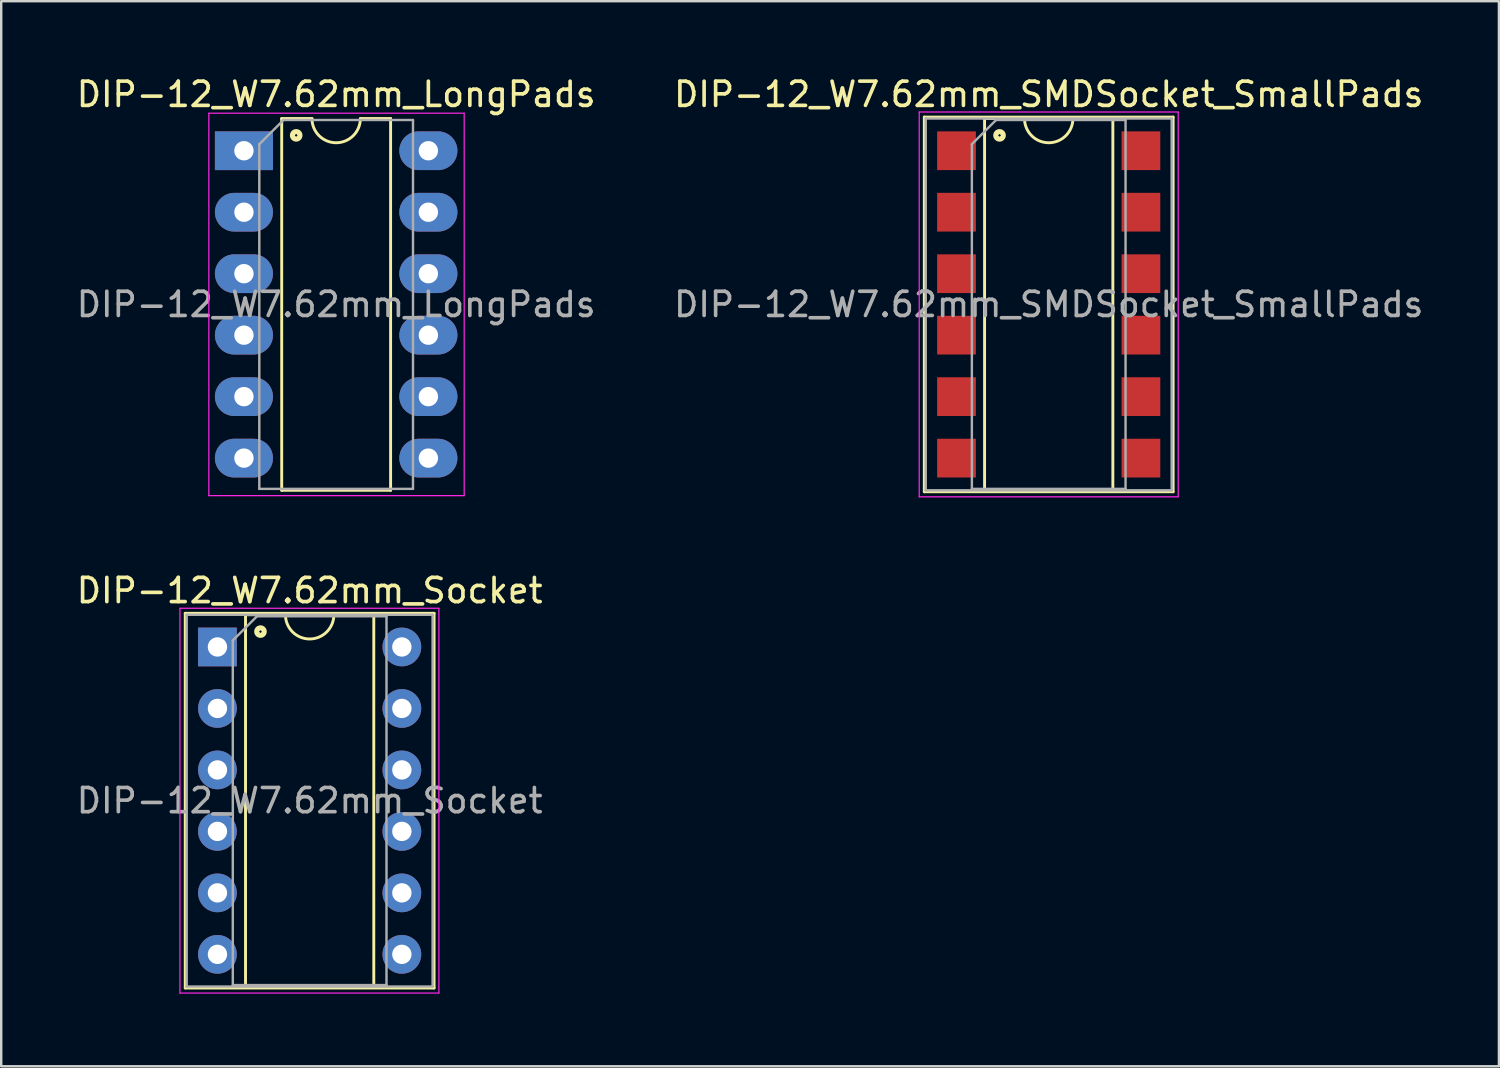
<source format=kicad_pcb>
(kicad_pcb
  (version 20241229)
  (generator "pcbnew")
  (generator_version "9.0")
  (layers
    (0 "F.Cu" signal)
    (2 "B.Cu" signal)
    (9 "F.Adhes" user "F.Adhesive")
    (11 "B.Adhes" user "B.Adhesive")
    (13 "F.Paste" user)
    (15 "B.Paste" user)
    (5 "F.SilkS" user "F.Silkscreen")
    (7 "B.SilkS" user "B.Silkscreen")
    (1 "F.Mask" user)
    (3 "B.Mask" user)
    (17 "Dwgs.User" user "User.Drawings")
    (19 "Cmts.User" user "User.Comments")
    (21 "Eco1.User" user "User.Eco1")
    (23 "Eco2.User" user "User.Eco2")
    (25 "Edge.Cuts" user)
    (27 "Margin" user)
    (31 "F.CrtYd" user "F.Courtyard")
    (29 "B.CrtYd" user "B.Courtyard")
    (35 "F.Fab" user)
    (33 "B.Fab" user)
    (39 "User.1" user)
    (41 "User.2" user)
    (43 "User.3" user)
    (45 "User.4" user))
  (footprint "DIP-12_W7.62mm_Socket"
    (layer "F.Cu")
    (at 5.934 23.681)
    (property "Reference" "DIP-12_W7.62mm_Socket" (at 3.81 -2.33 0) (layer "F.SilkS") (effects (font (size 1 1) (thickness 0.15))))
    (attr through_hole)
    (fp_line (start -1.33 -1.39) (end -1.33 14.09) (stroke (width 0.12) (type solid)) (layer "F.SilkS"))
    (fp_line (start -1.33 14.09) (end 8.95 14.09) (stroke (width 0.12) (type solid)) (layer "F.SilkS"))
    (fp_line (start 1.16 -1.33) (end 1.16 14.03) (stroke (width 0.12) (type solid)) (layer "F.SilkS"))
    (fp_line (start 1.16 14.03) (end 6.46 14.03) (stroke (width 0.12) (type solid)) (layer "F.SilkS"))
    (fp_line (start 2.81 -1.33) (end 1.16 -1.33) (stroke (width 0.12) (type solid)) (layer "F.SilkS"))
    (fp_line (start 6.46 -1.33) (end 4.81 -1.33) (stroke (width 0.12) (type solid)) (layer "F.SilkS"))
    (fp_line (start 6.46 14.03) (end 6.46 -1.33) (stroke (width 0.12) (type solid)) (layer "F.SilkS"))
    (fp_line (start 8.95 -1.39) (end -1.33 -1.39) (stroke (width 0.12) (type solid)) (layer "F.SilkS"))
    (fp_line (start 8.95 14.09) (end 8.95 -1.39) (stroke (width 0.12) (type solid)) (layer "F.SilkS"))
    (fp_arc (start 4.81 -1.33) (mid 3.81 -0.33) (end 2.81 -1.33) (stroke (width 0.12) (type solid)) (layer "F.SilkS"))
    (fp_circle (center 1.778 -0.635) (end 1.828 -0.635) (stroke (width 0.12) (type solid)) (fill no) (layer "F.SilkS"))
    (fp_circle (center 1.778 -0.635) (end 1.903 -0.635) (stroke (width 0.12) (type solid)) (fill no) (layer "F.SilkS"))
    (fp_circle (center 1.778 -0.635) (end 1.978 -0.635) (stroke (width 0.12) (type solid)) (fill no) (layer "F.SilkS"))
    (fp_line (start -1.55 -1.6) (end -1.55 14.3) (stroke (width 0.05) (type solid)) (layer "F.CrtYd"))
    (fp_line (start -1.55 14.3) (end 9.15 14.3) (stroke (width 0.05) (type solid)) (layer "F.CrtYd"))
    (fp_line (start 9.15 -1.6) (end -1.55 -1.6) (stroke (width 0.05) (type solid)) (layer "F.CrtYd"))
    (fp_line (start 9.15 14.3) (end 9.15 -1.6) (stroke (width 0.05) (type solid)) (layer "F.CrtYd"))
    (fp_line (start -1.27 -1.33) (end -1.27 14.03) (stroke (width 0.1) (type solid)) (layer "F.Fab"))
    (fp_line (start -1.27 14.03) (end 8.89 14.03) (stroke (width 0.1) (type solid)) (layer "F.Fab"))
    (fp_line (start 0.635 -0.27) (end 1.635 -1.27) (stroke (width 0.1) (type solid)) (layer "F.Fab"))
    (fp_line (start 0.635 13.97) (end 0.635 -0.27) (stroke (width 0.1) (type solid)) (layer "F.Fab"))
    (fp_line (start 1.635 -1.27) (end 6.985 -1.27) (stroke (width 0.1) (type solid)) (layer "F.Fab"))
    (fp_line (start 6.985 -1.27) (end 6.985 13.97) (stroke (width 0.1) (type solid)) (layer "F.Fab"))
    (fp_line (start 6.985 13.97) (end 0.635 13.97) (stroke (width 0.1) (type solid)) (layer "F.Fab"))
    (fp_line (start 8.89 -1.33) (end -1.27 -1.33) (stroke (width 0.1) (type solid)) (layer "F.Fab"))
    (fp_line (start 8.89 14.03) (end 8.89 -1.33) (stroke (width 0.1) (type solid)) (layer "F.Fab"))
    (fp_text user "${REFERENCE}" (at 3.81 6.35 0) (layer "F.Fab") (effects (font (size 1 1) (thickness 0.15))))
    (pad "1" thru_hole rect (at 0 0) (size 1.6 1.6) (drill 0.8) (layers "*.Cu" "*.Mask"))
    (pad "2" thru_hole oval (at 0 2.54) (size 1.6 1.6) (drill 0.8) (layers "*.Cu" "*.Mask"))
    (pad "3" thru_hole oval (at 0 5.08) (size 1.6 1.6) (drill 0.8) (layers "*.Cu" "*.Mask"))
    (pad "4" thru_hole oval (at 0 7.62) (size 1.6 1.6) (drill 0.8) (layers "*.Cu" "*.Mask"))
    (pad "5" thru_hole oval (at 0 10.16) (size 1.6 1.6) (drill 0.8) (layers "*.Cu" "*.Mask"))
    (pad "6" thru_hole oval (at 0 12.7) (size 1.6 1.6) (drill 0.8) (layers "*.Cu" "*.Mask"))
    (pad "7" thru_hole oval (at 7.62 12.7) (size 1.6 1.6) (drill 0.8) (layers "*.Cu" "*.Mask"))
    (pad "8" thru_hole oval (at 7.62 10.16) (size 1.6 1.6) (drill 0.8) (layers "*.Cu" "*.Mask"))
    (pad "9" thru_hole oval (at 7.62 7.62) (size 1.6 1.6) (drill 0.8) (layers "*.Cu" "*.Mask"))
    (pad "10" thru_hole oval (at 7.62 5.08) (size 1.6 1.6) (drill 0.8) (layers "*.Cu" "*.Mask"))
    (pad "11" thru_hole oval (at 7.62 2.54) (size 1.6 1.6) (drill 0.8) (layers "*.Cu" "*.Mask"))
    (pad "12" thru_hole oval (at 7.62 0) (size 1.6 1.6) (drill 0.8) (layers "*.Cu" "*.Mask")))
  (footprint "DIP-12_W7.62mm_SMDSocket_SmallPads"
    (layer "F.Cu")
    (at 40.28 9.528)
    (property "Reference" "DIP-12_W7.62mm_SMDSocket_SmallPads" (at 0 -8.68 0) (layer "F.SilkS") (effects (font (size 1 1) (thickness 0.15))))
    (attr smd)
    (fp_line (start -5.14 -7.74) (end -5.14 7.74) (stroke (width 0.12) (type solid)) (layer "F.SilkS"))
    (fp_line (start -5.14 7.74) (end 5.14 7.74) (stroke (width 0.12) (type solid)) (layer "F.SilkS"))
    (fp_line (start -2.65 -7.68) (end -2.65 7.68) (stroke (width 0.12) (type solid)) (layer "F.SilkS"))
    (fp_line (start -2.65 7.68) (end 2.65 7.68) (stroke (width 0.12) (type solid)) (layer "F.SilkS"))
    (fp_line (start -1 -7.68) (end -2.65 -7.68) (stroke (width 0.12) (type solid)) (layer "F.SilkS"))
    (fp_line (start 2.65 -7.68) (end 1 -7.68) (stroke (width 0.12) (type solid)) (layer "F.SilkS"))
    (fp_line (start 2.65 7.68) (end 2.65 -7.68) (stroke (width 0.12) (type solid)) (layer "F.SilkS"))
    (fp_line (start 5.14 -7.74) (end -5.14 -7.74) (stroke (width 0.12) (type solid)) (layer "F.SilkS"))
    (fp_line (start 5.14 7.74) (end 5.14 -7.74) (stroke (width 0.12) (type solid)) (layer "F.SilkS"))
    (fp_arc (start 1 -7.68) (mid 0 -6.68) (end -1 -7.68) (stroke (width 0.12) (type solid)) (layer "F.SilkS"))
    (fp_circle (center -2.032 -6.985) (end -1.982 -6.985) (stroke (width 0.12) (type solid)) (fill no) (layer "F.SilkS"))
    (fp_circle (center -2.032 -6.985) (end -1.907 -6.985) (stroke (width 0.12) (type solid)) (fill no) (layer "F.SilkS"))
    (fp_circle (center -2.032 -6.985) (end -1.832 -6.985) (stroke (width 0.12) (type solid)) (fill no) (layer "F.SilkS"))
    (fp_line (start -5.35 -7.95) (end -5.35 7.95) (stroke (width 0.05) (type solid)) (layer "F.CrtYd"))
    (fp_line (start -5.35 7.95) (end 5.35 7.95) (stroke (width 0.05) (type solid)) (layer "F.CrtYd"))
    (fp_line (start 5.35 -7.95) (end -5.35 -7.95) (stroke (width 0.05) (type solid)) (layer "F.CrtYd"))
    (fp_line (start 5.35 7.95) (end 5.35 -7.95) (stroke (width 0.05) (type solid)) (layer "F.CrtYd"))
    (fp_line (start -5.08 -7.68) (end -5.08 7.68) (stroke (width 0.1) (type solid)) (layer "F.Fab"))
    (fp_line (start -5.08 7.68) (end 5.08 7.68) (stroke (width 0.1) (type solid)) (layer "F.Fab"))
    (fp_line (start -3.175 -6.62) (end -2.175 -7.62) (stroke (width 0.1) (type solid)) (layer "F.Fab"))
    (fp_line (start -3.175 7.62) (end -3.175 -6.62) (stroke (width 0.1) (type solid)) (layer "F.Fab"))
    (fp_line (start -2.175 -7.62) (end 3.175 -7.62) (stroke (width 0.1) (type solid)) (layer "F.Fab"))
    (fp_line (start 3.175 -7.62) (end 3.175 7.62) (stroke (width 0.1) (type solid)) (layer "F.Fab"))
    (fp_line (start 3.175 7.62) (end -3.175 7.62) (stroke (width 0.1) (type solid)) (layer "F.Fab"))
    (fp_line (start 5.08 -7.68) (end -5.08 -7.68) (stroke (width 0.1) (type solid)) (layer "F.Fab"))
    (fp_line (start 5.08 7.68) (end 5.08 -7.68) (stroke (width 0.1) (type solid)) (layer "F.Fab"))
    (fp_text user "${REFERENCE}" (at 0 0 0) (layer "F.Fab") (effects (font (size 1 1) (thickness 0.15))))
    (pad "1" smd rect (at -3.81 -6.35) (size 1.6 1.6) (layers "F.Cu" "F.Mask" "F.Paste"))
    (pad "2" smd rect (at -3.81 -3.81) (size 1.6 1.6) (layers "F.Cu" "F.Mask" "F.Paste"))
    (pad "3" smd rect (at -3.81 -1.27) (size 1.6 1.6) (layers "F.Cu" "F.Mask" "F.Paste"))
    (pad "4" smd rect (at -3.81 1.27) (size 1.6 1.6) (layers "F.Cu" "F.Mask" "F.Paste"))
    (pad "5" smd rect (at -3.81 3.81) (size 1.6 1.6) (layers "F.Cu" "F.Mask" "F.Paste"))
    (pad "6" smd rect (at -3.81 6.35) (size 1.6 1.6) (layers "F.Cu" "F.Mask" "F.Paste"))
    (pad "7" smd rect (at 3.81 6.35) (size 1.6 1.6) (layers "F.Cu" "F.Mask" "F.Paste"))
    (pad "8" smd rect (at 3.81 3.81) (size 1.6 1.6) (layers "F.Cu" "F.Mask" "F.Paste"))
    (pad "9" smd rect (at 3.81 1.27) (size 1.6 1.6) (layers "F.Cu" "F.Mask" "F.Paste"))
    (pad "10" smd rect (at 3.81 -1.27) (size 1.6 1.6) (layers "F.Cu" "F.Mask" "F.Paste"))
    (pad "11" smd rect (at 3.81 -3.81) (size 1.6 1.6) (layers "F.Cu" "F.Mask" "F.Paste"))
    (pad "12" smd rect (at 3.81 -6.35) (size 1.6 1.6) (layers "F.Cu" "F.Mask" "F.Paste")))
  (footprint "DIP-12_W7.62mm_LongPads"
    (layer "F.Cu")
    (at 7.029 3.178)
    (property "Reference" "DIP-12_W7.62mm_LongPads" (at 3.81 -2.33 0) (layer "F.SilkS") (effects (font (size 1 1) (thickness 0.15))))
    (attr through_hole)
    (fp_line (start 1.56 -1.33) (end 1.56 14.03) (stroke (width 0.12) (type solid)) (layer "F.SilkS"))
    (fp_line (start 1.56 14.03) (end 6.06 14.03) (stroke (width 0.12) (type solid)) (layer "F.SilkS"))
    (fp_line (start 2.81 -1.33) (end 1.56 -1.33) (stroke (width 0.12) (type solid)) (layer "F.SilkS"))
    (fp_line (start 6.06 -1.33) (end 4.81 -1.33) (stroke (width 0.12) (type solid)) (layer "F.SilkS"))
    (fp_line (start 6.06 14.03) (end 6.06 -1.33) (stroke (width 0.12) (type solid)) (layer "F.SilkS"))
    (fp_arc (start 4.81 -1.33) (mid 3.81 -0.33) (end 2.81 -1.33) (stroke (width 0.12) (type solid)) (layer "F.SilkS"))
    (fp_circle (center 2.159 -0.635) (end 2.209 -0.635) (stroke (width 0.12) (type solid)) (fill no) (layer "F.SilkS"))
    (fp_circle (center 2.159 -0.635) (end 2.284 -0.635) (stroke (width 0.12) (type solid)) (fill no) (layer "F.SilkS"))
    (fp_circle (center 2.159 -0.635) (end 2.359 -0.635) (stroke (width 0.12) (type solid)) (fill no) (layer "F.SilkS"))
    (fp_line (start -1.45 -1.55) (end -1.45 14.25) (stroke (width 0.05) (type solid)) (layer "F.CrtYd"))
    (fp_line (start -1.45 14.25) (end 9.1 14.25) (stroke (width 0.05) (type solid)) (layer "F.CrtYd"))
    (fp_line (start 9.1 -1.55) (end -1.45 -1.55) (stroke (width 0.05) (type solid)) (layer "F.CrtYd"))
    (fp_line (start 9.1 14.25) (end 9.1 -1.55) (stroke (width 0.05) (type solid)) (layer "F.CrtYd"))
    (fp_line (start 0.635 -0.27) (end 1.635 -1.27) (stroke (width 0.1) (type solid)) (layer "F.Fab"))
    (fp_line (start 0.635 13.97) (end 0.635 -0.27) (stroke (width 0.1) (type solid)) (layer "F.Fab"))
    (fp_line (start 1.635 -1.27) (end 6.985 -1.27) (stroke (width 0.1) (type solid)) (layer "F.Fab"))
    (fp_line (start 6.985 -1.27) (end 6.985 13.97) (stroke (width 0.1) (type solid)) (layer "F.Fab"))
    (fp_line (start 6.985 13.97) (end 0.635 13.97) (stroke (width 0.1) (type solid)) (layer "F.Fab"))
    (fp_text user "${REFERENCE}" (at 3.81 6.35 0) (layer "F.Fab") (effects (font (size 1 1) (thickness 0.15))))
    (pad "1" thru_hole rect (at 0 0) (size 2.4 1.6) (drill 0.8) (layers "*.Cu" "*.Mask"))
    (pad "2" thru_hole oval (at 0 2.54) (size 2.4 1.6) (drill 0.8) (layers "*.Cu" "*.Mask"))
    (pad "3" thru_hole oval (at 0 5.08) (size 2.4 1.6) (drill 0.8) (layers "*.Cu" "*.Mask"))
    (pad "4" thru_hole oval (at 0 7.62) (size 2.4 1.6) (drill 0.8) (layers "*.Cu" "*.Mask"))
    (pad "5" thru_hole oval (at 0 10.16) (size 2.4 1.6) (drill 0.8) (layers "*.Cu" "*.Mask"))
    (pad "6" thru_hole oval (at 0 12.7) (size 2.4 1.6) (drill 0.8) (layers "*.Cu" "*.Mask"))
    (pad "7" thru_hole oval (at 7.62 12.7) (size 2.4 1.6) (drill 0.8) (layers "*.Cu" "*.Mask"))
    (pad "8" thru_hole oval (at 7.62 10.16) (size 2.4 1.6) (drill 0.8) (layers "*.Cu" "*.Mask"))
    (pad "9" thru_hole oval (at 7.62 7.62) (size 2.4 1.6) (drill 0.8) (layers "*.Cu" "*.Mask"))
    (pad "10" thru_hole oval (at 7.62 5.08) (size 2.4 1.6) (drill 0.8) (layers "*.Cu" "*.Mask"))
    (pad "11" thru_hole oval (at 7.62 2.54) (size 2.4 1.6) (drill 0.8) (layers "*.Cu" "*.Mask"))
    (pad "12" thru_hole oval (at 7.62 0) (size 2.4 1.6) (drill 0.8) (layers "*.Cu" "*.Mask")))
  (gr_rect
    (start -3 -3)
    (end 58.881 41.007)
    (stroke (width 0.1) (type default))
    (fill no)
    (layer "Edge.Cuts")))
</source>
